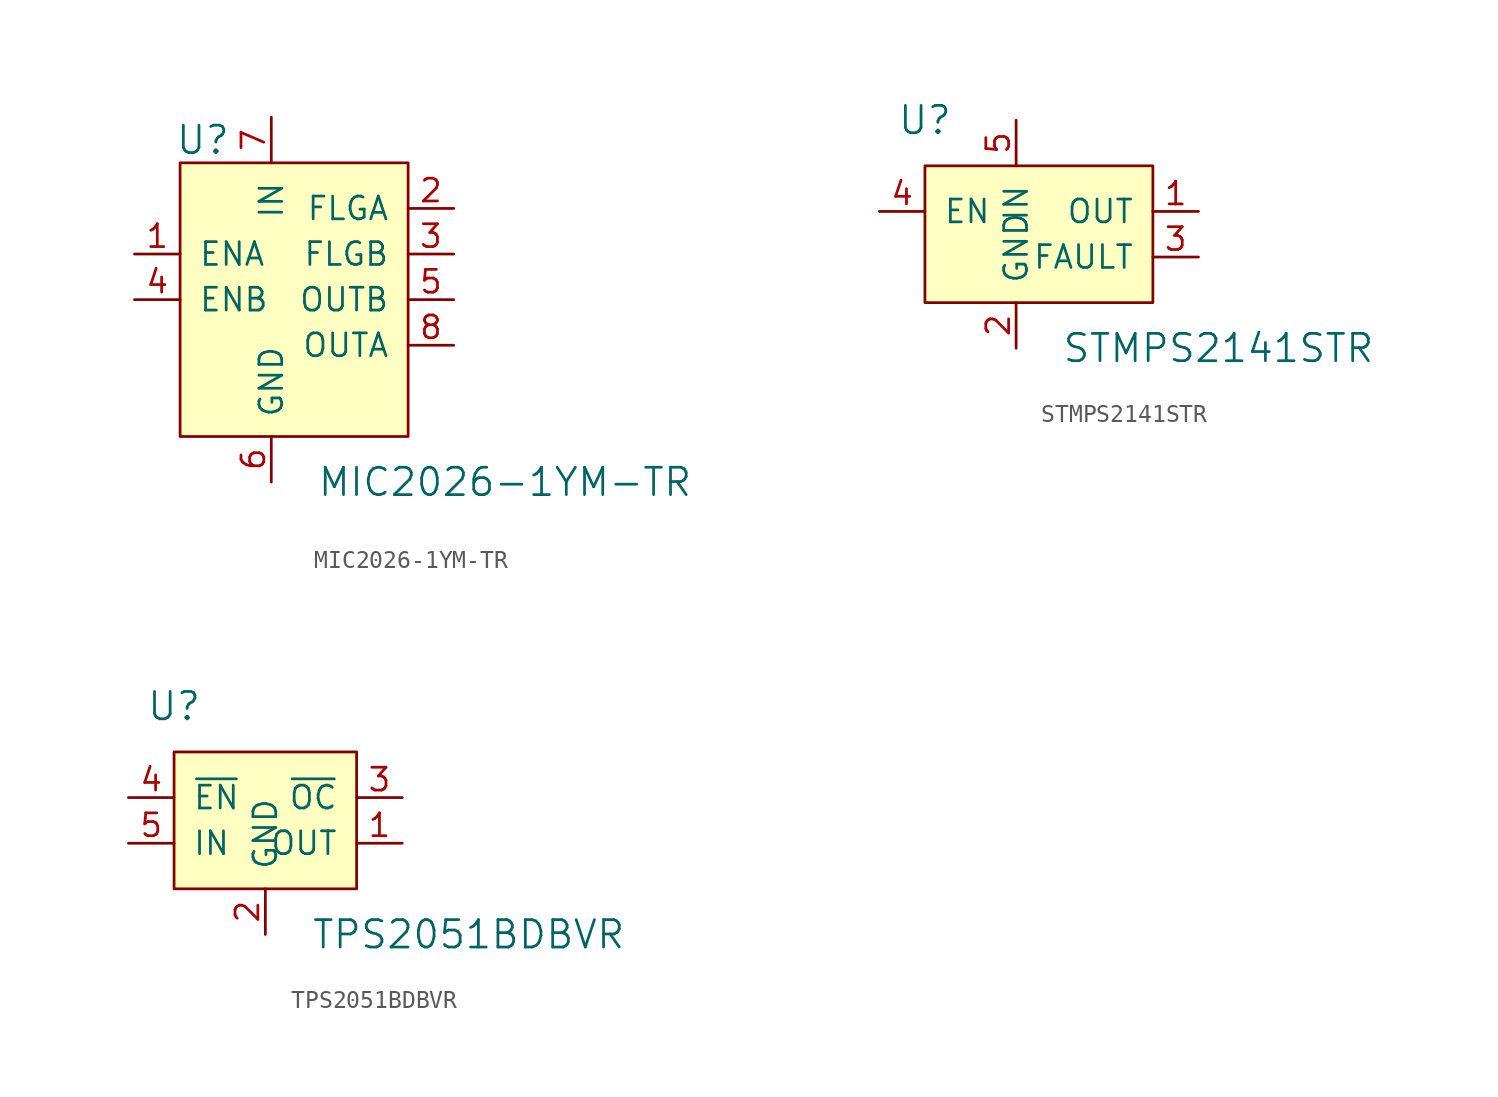
<source format=kicad_sym>
(kicad_symbol_lib
  (version 20211014)
  (generator kicad_symbol_editor)
  (symbol "MIC2026-1YM-TR"
    (pin_names
      (offset 1.016))
    (property "Reference" "U"
      (at -6.35 1.27 0)
      (effects (font (size 1.524 1.524))))
    (property "Value" "MIC2026-1YM-TR"
      (at 0 -17.78 0)
      (effects (font (size 1.524 1.524)) (justify left)))
    (symbol "MIC2026-1YM-TR_0_1"
      (rectangle (start -7.62 0) (end 5.08 -15.24) (stroke (width 0) (type default) (color 0 0 0 0)) (fill (type background))))
    (symbol "MIC2026-1YM-TR_1_1"
      (pin input line (at -10.16 -5.08 0) (length 2.54) (name "ENA" (effects (font (size 1.27 1.27)))) (number "1" (effects (font (size 1.27 1.27)))))
      (pin output line (at 7.62 -2.54 180) (length 2.54) (name "FLGA" (effects (font (size 1.27 1.27)))) (number "2" (effects (font (size 1.27 1.27)))))
      (pin output line (at 7.62 -5.08 180) (length 2.54) (name "FLGB" (effects (font (size 1.27 1.27)))) (number "3" (effects (font (size 1.27 1.27)))))
      (pin input line (at -10.16 -7.62 0) (length 2.54) (name "ENB" (effects (font (size 1.27 1.27)))) (number "4" (effects (font (size 1.27 1.27)))))
      (pin output line (at 7.62 -7.62 180) (length 2.54) (name "OUTB" (effects (font (size 1.27 1.27)))) (number "5" (effects (font (size 1.27 1.27)))))
      (pin power_in line (at -2.54 -17.78 90) (length 2.54) (name "GND" (effects (font (size 1.27 1.27)))) (number "6" (effects (font (size 1.27 1.27)))))
      (pin power_in line (at -2.54 2.54 270) (length 2.54) (name "IN" (effects (font (size 1.27 1.27)))) (number "7" (effects (font (size 1.27 1.27)))))
      (pin output line (at 7.62 -10.16 180) (length 2.54) (name "OUTA" (effects (font (size 1.27 1.27)))) (number "8" (effects (font (size 1.27 1.27)))))))
  (symbol "STMPS2141STR"
    (pin_names
      (offset 1.016))
    (property "Reference" "U"
      (at -7.62 5.08 0)
      (effects (font (size 1.524 1.524))))
    (property "Value" "STMPS2141STR"
      (at 0 -7.62 0)
      (effects (font (size 1.524 1.524)) (justify left)))
    (symbol "STMPS2141STR_0_1"
      (rectangle (start -7.62 2.54) (end 5.08 -5.08) (stroke (width 0) (type default) (color 0 0 0 0)) (fill (type background))))
    (symbol "STMPS2141STR_1_1"
      (pin output line (at 7.62 0 180) (length 2.54) (name "OUT" (effects (font (size 1.27 1.27)))) (number "1" (effects (font (size 1.27 1.27)))))
      (pin power_in line (at -2.54 -7.62 90) (length 2.54) (name "GND" (effects (font (size 1.27 1.27)))) (number "2" (effects (font (size 1.27 1.27)))))
      (pin output line (at 7.62 -2.54 180) (length 2.54) (name "FAULT" (effects (font (size 1.27 1.27)))) (number "3" (effects (font (size 1.27 1.27)))))
      (pin input line (at -10.16 0 0) (length 2.54) (name "EN" (effects (font (size 1.27 1.27)))) (number "4" (effects (font (size 1.27 1.27)))))
      (pin power_in line (at -2.54 5.08 270) (length 2.54) (name "IN" (effects (font (size 1.27 1.27)))) (number "5" (effects (font (size 1.27 1.27)))))))
  (symbol "TPS2051BDBVR"
    (pin_names
      (offset 1.016))
    (property "Reference" "U"
      (at -5.08 5.08 0)
      (effects (font (size 1.524 1.524))))
    (property "Value" "TPS2051BDBVR"
      (at 2.54 -7.62 0)
      (effects (font (size 1.524 1.524)) (justify left)))
    (symbol "TPS2051BDBVR_0_1"
      (rectangle (start -5.08 2.54) (end 5.08 -5.08) (stroke (width 0) (type default) (color 0 0 0 0)) (fill (type background))))
    (symbol "TPS2051BDBVR_1_1"
      (pin output line (at 7.62 -2.54 180) (length 2.54) (name "OUT" (effects (font (size 1.27 1.27)))) (number "1" (effects (font (size 1.27 1.27)))))
      (pin power_in line (at 0 -7.62 90) (length 2.54) (name "GND" (effects (font (size 1.27 1.27)))) (number "2" (effects (font (size 1.27 1.27)))))
      (pin output line (at 7.62 0 180) (length 2.54) (name "~{OC}" (effects (font (size 1.27 1.27)))) (number "3" (effects (font (size 1.27 1.27)))))
      (pin input line (at -7.62 0 0) (length 2.54) (name "~{EN}" (effects (font (size 1.27 1.27)))) (number "4" (effects (font (size 1.27 1.27)))))
      (pin input line (at -7.62 -2.54 0) (length 2.54) (name "IN" (effects (font (size 1.27 1.27)))) (number "5" (effects (font (size 1.27 1.27))))))))
</source>
